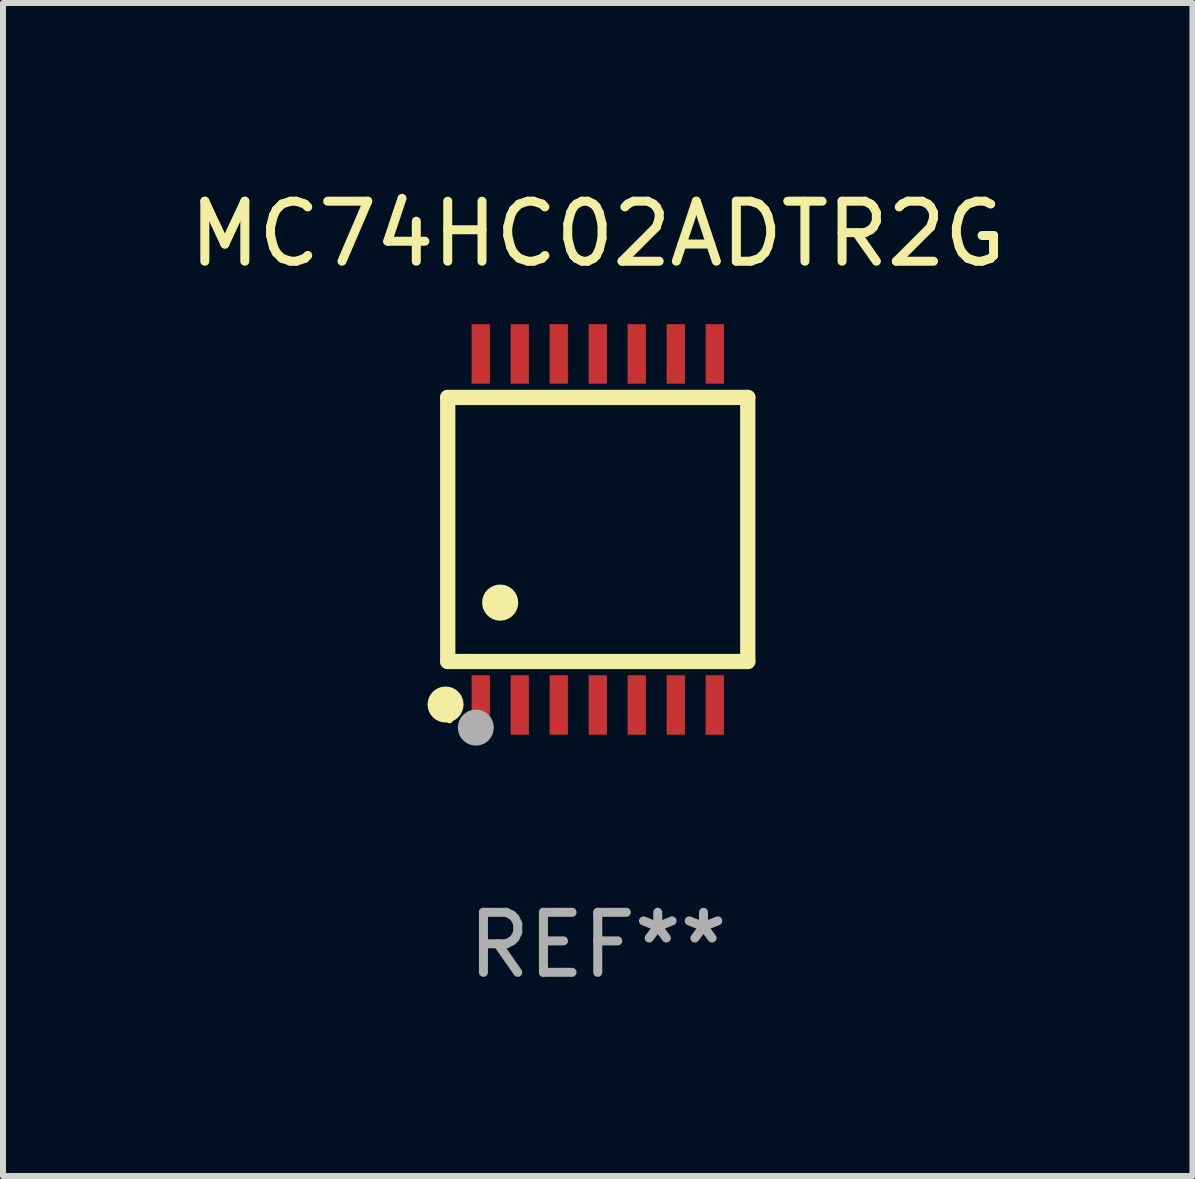
<source format=kicad_pcb>
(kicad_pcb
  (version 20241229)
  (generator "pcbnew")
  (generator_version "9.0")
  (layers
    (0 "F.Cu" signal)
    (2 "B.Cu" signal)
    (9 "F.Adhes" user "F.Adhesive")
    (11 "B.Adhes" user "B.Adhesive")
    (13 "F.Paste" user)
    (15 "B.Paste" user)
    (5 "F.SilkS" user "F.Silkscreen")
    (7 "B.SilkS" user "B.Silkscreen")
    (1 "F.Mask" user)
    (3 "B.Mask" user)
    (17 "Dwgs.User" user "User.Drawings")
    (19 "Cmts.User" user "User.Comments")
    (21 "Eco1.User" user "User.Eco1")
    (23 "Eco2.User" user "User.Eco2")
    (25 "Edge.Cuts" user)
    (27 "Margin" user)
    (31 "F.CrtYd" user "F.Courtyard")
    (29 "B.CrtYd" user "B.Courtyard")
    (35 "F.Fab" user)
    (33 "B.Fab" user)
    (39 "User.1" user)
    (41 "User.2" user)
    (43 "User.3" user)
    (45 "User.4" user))
  (footprint "MC74HC02ADTR2G"
    (layer "F.Cu")
    (at 6.911 5.773)
    (property "Reference" "MC74HC02ADTR2G" (at 0 -4.925 0) (layer "F.SilkS") (effects (font (size 1 1) (thickness 0.15))))
    (attr through_hole)
    (fp_line (start -2.5 2.2) (end -2.5 -2.2) (stroke (width 0.254) (type solid)) (layer "F.SilkS"))
    (fp_line (start -2.5 2.2) (end 2.5 2.2) (stroke (width 0.254) (type solid)) (layer "F.SilkS"))
    (fp_line (start 2.5 -2.2) (end -2.5 -2.2) (stroke (width 0.254) (type solid)) (layer "F.SilkS"))
    (fp_line (start 2.5 -2.2) (end 2.5 2.2) (stroke (width 0.254) (type solid)) (layer "F.SilkS"))
    (fp_circle (center -2.536 2.917) (end -2.386 2.917) (stroke (width 0.3) (type solid)) (fill no) (layer "F.SilkS"))
    (fp_circle (center -2.47 3.17) (end -2.44 3.17) (stroke (width 0.06) (type solid)) (fill no) (layer "F.SilkS"))
    (fp_circle (center -1.626 1.219) (end -1.475 1.219) (stroke (width 0.3) (type solid)) (fill no) (layer "F.SilkS"))
    (fp_circle (center -2.032 3.302) (end -1.882 3.302) (stroke (width 0.3) (type solid)) (fill no) (layer "F.Fab"))
    (fp_text user "REF**" (at 0 6.925 0) (layer "F.Fab") (effects (font (size 1 1) (thickness 0.15))))
    (pad "1" smd rect (at -1.95 2.925) (size 0.305 0.991) (layers "F.Cu" "F.Mask" "F.Paste"))
    (pad "2" smd rect (at -1.3 2.925) (size 0.305 0.991) (layers "F.Cu" "F.Mask" "F.Paste"))
    (pad "3" smd rect (at -0.65 2.925) (size 0.305 0.991) (layers "F.Cu" "F.Mask" "F.Paste"))
    (pad "4" smd rect (at 0 2.925) (size 0.305 0.991) (layers "F.Cu" "F.Mask" "F.Paste"))
    (pad "5" smd rect (at 0.65 2.925) (size 0.305 0.991) (layers "F.Cu" "F.Mask" "F.Paste"))
    (pad "6" smd rect (at 1.3 2.925) (size 0.305 0.991) (layers "F.Cu" "F.Mask" "F.Paste"))
    (pad "7" smd rect (at 1.95 2.925) (size 0.305 0.991) (layers "F.Cu" "F.Mask" "F.Paste"))
    (pad "8" smd rect (at 1.95 -2.925) (size 0.305 0.991) (layers "F.Cu" "F.Mask" "F.Paste"))
    (pad "9" smd rect (at 1.3 -2.925) (size 0.305 0.991) (layers "F.Cu" "F.Mask" "F.Paste"))
    (pad "10" smd rect (at 0.65 -2.925) (size 0.305 0.991) (layers "F.Cu" "F.Mask" "F.Paste"))
    (pad "11" smd rect (at 0 -2.925) (size 0.305 0.991) (layers "F.Cu" "F.Mask" "F.Paste"))
    (pad "12" smd rect (at -0.65 -2.925) (size 0.305 0.991) (layers "F.Cu" "F.Mask" "F.Paste"))
    (pad "13" smd rect (at -1.3 -2.925) (size 0.305 0.991) (layers "F.Cu" "F.Mask" "F.Paste"))
    (pad "14" smd rect (at -1.95 -2.925) (size 0.305 0.991) (layers "F.Cu" "F.Mask" "F.Paste")))
  (gr_rect
    (start -3 -3)
    (end 16.821 16.547)
    (stroke (width 0.1) (type default))
    (fill no)
    (layer "Edge.Cuts")))
</source>
